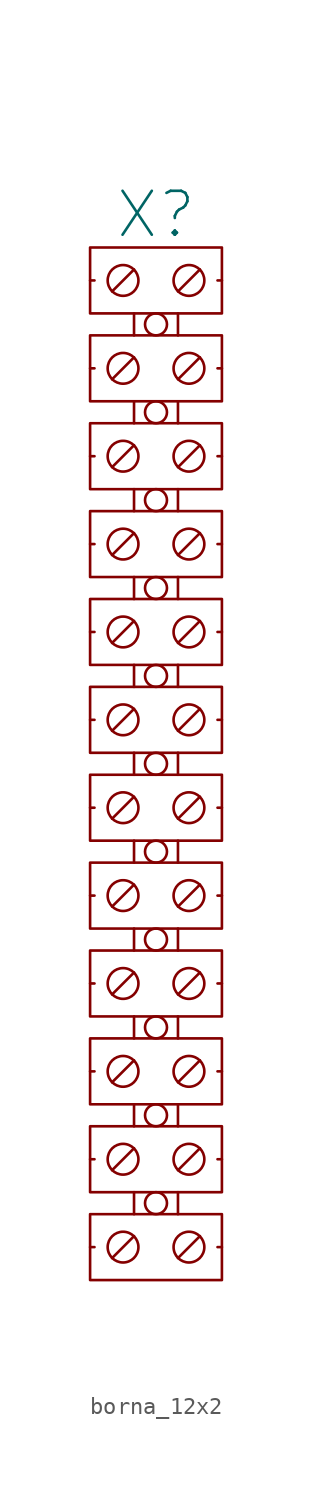
<source format=kicad_sym>
(kicad_symbol_lib
  (version 20231120)
  (generator "kicad_symbol_editor")
  (generator_version "8.0")
  (symbol "borna_12x2"
    (pin_names
      (offset 1.016))
    (property "Reference" "X"
      (at 3.81 3.81 0)
      (effects (font (size 2.54 2.54))))
    (symbol "borna_12x2_0_1"
      (rectangle (start 0 -53.975) (end 7.62 -57.785) (stroke (width 0) (type default)) (fill (type none)))
      (rectangle (start 0 -48.895) (end 7.62 -52.705) (stroke (width 0) (type default)) (fill (type none)))
      (rectangle (start 0 -43.815) (end 7.62 -47.625) (stroke (width 0) (type default)) (fill (type none)))
      (rectangle (start 0 -38.735) (end 7.62 -42.545) (stroke (width 0) (type default)) (fill (type none)))
      (rectangle (start 0 -33.655) (end 7.62 -37.465) (stroke (width 0) (type default)) (fill (type none)))
      (rectangle (start 0 -28.575) (end 7.62 -32.385) (stroke (width 0) (type default)) (fill (type none)))
      (rectangle (start 0 -23.495) (end 7.62 -27.305) (stroke (width 0) (type default)) (fill (type none)))
      (rectangle (start 0 -18.415) (end 7.62 -22.225) (stroke (width 0) (type default)) (fill (type none)))
      (rectangle (start 0 -13.335) (end 7.62 -17.145) (stroke (width 0) (type default)) (fill (type none)))
      (rectangle (start 0 -8.255) (end 7.62 -12.065) (stroke (width 0) (type default)) (fill (type none)))
      (rectangle (start 0 -3.175) (end 7.62 -6.985) (stroke (width 0) (type default)) (fill (type none)))
      (polyline (pts (xy 1.27 -56.515) (xy 2.54 -55.245)) (stroke (width 0) (type default)) (fill (type none)))
      (polyline (pts (xy 1.27 -51.435) (xy 2.54 -50.165)) (stroke (width 0) (type default)) (fill (type none)))
      (polyline (pts (xy 1.27 -46.355) (xy 2.54 -45.085)) (stroke (width 0) (type default)) (fill (type none)))
      (polyline (pts (xy 1.27 -41.275) (xy 2.54 -40.005)) (stroke (width 0) (type default)) (fill (type none)))
      (polyline (pts (xy 1.27 -36.195) (xy 2.54 -34.925)) (stroke (width 0) (type default)) (fill (type none)))
      (polyline (pts (xy 1.27 -31.115) (xy 2.54 -29.845)) (stroke (width 0) (type default)) (fill (type none)))
      (polyline (pts (xy 1.27 -26.035) (xy 2.54 -24.765)) (stroke (width 0) (type default)) (fill (type none)))
      (polyline (pts (xy 1.27 -20.955) (xy 2.54 -19.685)) (stroke (width 0) (type default)) (fill (type none)))
      (polyline (pts (xy 1.27 -15.875) (xy 2.54 -14.605)) (stroke (width 0) (type default)) (fill (type none)))
      (polyline (pts (xy 1.27 -10.795) (xy 2.54 -9.525)) (stroke (width 0) (type default)) (fill (type none)))
      (polyline (pts (xy 1.27 -5.715) (xy 2.54 -4.445)) (stroke (width 0) (type default)) (fill (type none)))
      (polyline (pts (xy 1.27 -0.635) (xy 2.54 0.635)) (stroke (width 0) (type default)) (fill (type none)))
      (polyline (pts (xy 2.54 -53.975) (xy 2.54 -52.705)) (stroke (width 0) (type default)) (fill (type none)))
      (polyline (pts (xy 2.54 -48.895) (xy 2.54 -47.625)) (stroke (width 0) (type default)) (fill (type none)))
      (polyline (pts (xy 2.54 -43.815) (xy 2.54 -42.545)) (stroke (width 0) (type default)) (fill (type none)))
      (polyline (pts (xy 2.54 -38.735) (xy 2.54 -37.465)) (stroke (width 0) (type default)) (fill (type none)))
      (polyline (pts (xy 2.54 -33.655) (xy 2.54 -32.385)) (stroke (width 0) (type default)) (fill (type none)))
      (polyline (pts (xy 2.54 -28.575) (xy 2.54 -27.305)) (stroke (width 0) (type default)) (fill (type none)))
      (polyline (pts (xy 2.54 -23.495) (xy 2.54 -22.225)) (stroke (width 0) (type default)) (fill (type none)))
      (polyline (pts (xy 2.54 -18.415) (xy 2.54 -17.145)) (stroke (width 0) (type default)) (fill (type none)))
      (polyline (pts (xy 2.54 -13.335) (xy 2.54 -12.065)) (stroke (width 0) (type default)) (fill (type none)))
      (polyline (pts (xy 2.54 -8.255) (xy 2.54 -6.985)) (stroke (width 0) (type default)) (fill (type none)))
      (polyline (pts (xy 2.54 -3.175) (xy 2.54 -1.905)) (stroke (width 0) (type default)) (fill (type none)))
      (polyline (pts (xy 5.08 -56.515) (xy 6.35 -55.245)) (stroke (width 0) (type default)) (fill (type none)))
      (polyline (pts (xy 5.08 -53.975) (xy 5.08 -52.705)) (stroke (width 0) (type default)) (fill (type none)))
      (polyline (pts (xy 5.08 -51.435) (xy 6.35 -50.165)) (stroke (width 0) (type default)) (fill (type none)))
      (polyline (pts (xy 5.08 -48.895) (xy 5.08 -47.625)) (stroke (width 0) (type default)) (fill (type none)))
      (polyline (pts (xy 5.08 -46.355) (xy 6.35 -45.085)) (stroke (width 0) (type default)) (fill (type none)))
      (polyline (pts (xy 5.08 -43.815) (xy 5.08 -42.545)) (stroke (width 0) (type default)) (fill (type none)))
      (polyline (pts (xy 5.08 -41.275) (xy 6.35 -40.005)) (stroke (width 0) (type default)) (fill (type none)))
      (polyline (pts (xy 5.08 -38.735) (xy 5.08 -37.465)) (stroke (width 0) (type default)) (fill (type none)))
      (polyline (pts (xy 5.08 -36.195) (xy 6.35 -34.925)) (stroke (width 0) (type default)) (fill (type none)))
      (polyline (pts (xy 5.08 -33.655) (xy 5.08 -32.385)) (stroke (width 0) (type default)) (fill (type none)))
      (polyline (pts (xy 5.08 -31.115) (xy 6.35 -29.845)) (stroke (width 0) (type default)) (fill (type none)))
      (polyline (pts (xy 5.08 -28.575) (xy 5.08 -27.305)) (stroke (width 0) (type default)) (fill (type none)))
      (polyline (pts (xy 5.08 -26.035) (xy 6.35 -24.765)) (stroke (width 0) (type default)) (fill (type none)))
      (polyline (pts (xy 5.08 -23.495) (xy 5.08 -22.225)) (stroke (width 0) (type default)) (fill (type none)))
      (polyline (pts (xy 5.08 -20.955) (xy 6.35 -19.685)) (stroke (width 0) (type default)) (fill (type none)))
      (polyline (pts (xy 5.08 -18.415) (xy 5.08 -17.145)) (stroke (width 0) (type default)) (fill (type none)))
      (polyline (pts (xy 5.08 -15.875) (xy 6.35 -14.605)) (stroke (width 0) (type default)) (fill (type none)))
      (polyline (pts (xy 5.08 -13.335) (xy 5.08 -12.065)) (stroke (width 0) (type default)) (fill (type none)))
      (polyline (pts (xy 5.08 -10.795) (xy 6.35 -9.525)) (stroke (width 0) (type default)) (fill (type none)))
      (polyline (pts (xy 5.08 -8.255) (xy 5.08 -6.985)) (stroke (width 0) (type default)) (fill (type none)))
      (polyline (pts (xy 5.08 -5.715) (xy 6.35 -4.445)) (stroke (width 0) (type default)) (fill (type none)))
      (polyline (pts (xy 5.08 -3.175) (xy 5.08 -1.905)) (stroke (width 0) (type default)) (fill (type none)))
      (polyline (pts (xy 5.08 -0.635) (xy 6.35 0.635)) (stroke (width 0) (type default)) (fill (type none)))
      (rectangle (start 0 1.905) (end 7.62 -1.905) (stroke (width 0) (type default)) (fill (type none)))
      (circle (center 1.905 -55.88) (radius 0.889) (stroke (width 0) (type default)) (fill (type none)))
      (circle (center 1.905 -50.8) (radius 0.889) (stroke (width 0) (type default)) (fill (type none)))
      (circle (center 1.905 -45.72) (radius 0.889) (stroke (width 0) (type default)) (fill (type none)))
      (circle (center 1.905 -40.64) (radius 0.889) (stroke (width 0) (type default)) (fill (type none)))
      (circle (center 1.905 -35.56) (radius 0.889) (stroke (width 0) (type default)) (fill (type none)))
      (circle (center 1.905 -30.48) (radius 0.889) (stroke (width 0) (type default)) (fill (type none)))
      (circle (center 1.905 -25.4) (radius 0.889) (stroke (width 0) (type default)) (fill (type none)))
      (circle (center 1.905 -20.32) (radius 0.889) (stroke (width 0) (type default)) (fill (type none)))
      (circle (center 1.905 -15.24) (radius 0.889) (stroke (width 0) (type default)) (fill (type none)))
      (circle (center 1.905 -10.16) (radius 0.889) (stroke (width 0) (type default)) (fill (type none)))
      (circle (center 1.905 -5.08) (radius 0.889) (stroke (width 0) (type default)) (fill (type none)))
      (circle (center 1.905 0) (radius 0.889) (stroke (width 0) (type default)) (fill (type none)))
      (circle (center 3.81 -53.34) (radius 0.635) (stroke (width 0) (type default)) (fill (type none)))
      (circle (center 3.81 -48.26) (radius 0.635) (stroke (width 0) (type default)) (fill (type none)))
      (circle (center 3.81 -43.18) (radius 0.635) (stroke (width 0) (type default)) (fill (type none)))
      (circle (center 3.81 -38.1) (radius 0.635) (stroke (width 0) (type default)) (fill (type none)))
      (circle (center 3.81 -33.02) (radius 0.635) (stroke (width 0) (type default)) (fill (type none)))
      (circle (center 3.81 -27.94) (radius 0.635) (stroke (width 0) (type default)) (fill (type none)))
      (circle (center 3.81 -22.86) (radius 0.635) (stroke (width 0) (type default)) (fill (type none)))
      (circle (center 3.81 -17.78) (radius 0.635) (stroke (width 0) (type default)) (fill (type none)))
      (circle (center 3.81 -12.7) (radius 0.635) (stroke (width 0) (type default)) (fill (type none)))
      (circle (center 3.81 -7.62) (radius 0.635) (stroke (width 0) (type default)) (fill (type none)))
      (circle (center 3.81 -2.54) (radius 0.635) (stroke (width 0) (type default)) (fill (type none)))
      (circle (center 5.715 -55.88) (radius 0.889) (stroke (width 0) (type default)) (fill (type none)))
      (circle (center 5.715 -50.8) (radius 0.889) (stroke (width 0) (type default)) (fill (type none)))
      (circle (center 5.715 -45.72) (radius 0.889) (stroke (width 0) (type default)) (fill (type none)))
      (circle (center 5.715 -40.64) (radius 0.889) (stroke (width 0) (type default)) (fill (type none)))
      (circle (center 5.715 -35.56) (radius 0.889) (stroke (width 0) (type default)) (fill (type none)))
      (circle (center 5.715 -30.48) (radius 0.889) (stroke (width 0) (type default)) (fill (type none)))
      (circle (center 5.715 -25.4) (radius 0.889) (stroke (width 0) (type default)) (fill (type none)))
      (circle (center 5.715 -20.32) (radius 0.889) (stroke (width 0) (type default)) (fill (type none)))
      (circle (center 5.715 -15.24) (radius 0.889) (stroke (width 0) (type default)) (fill (type none)))
      (circle (center 5.715 -10.16) (radius 0.889) (stroke (width 0) (type default)) (fill (type none)))
      (circle (center 5.715 -5.08) (radius 0.889) (stroke (width 0) (type default)) (fill (type none)))
      (circle (center 5.715 0) (radius 0.889) (stroke (width 0) (type default)) (fill (type none))))
    (symbol "borna_12x2_1_1"
      (pin input line (at 0 -55.88 0) (length 0.254) (name "" (effects (font (size 1.27 1.27)))) (number "" (effects (font (size 1.143 1.143)))))
      (pin input line (at 0 -50.8 0) (length 0.254) (name "" (effects (font (size 1.27 1.27)))) (number "" (effects (font (size 1.143 1.143)))))
      (pin input line (at 0 -45.72 0) (length 0.254) (name "" (effects (font (size 1.27 1.27)))) (number "" (effects (font (size 1.143 1.143)))))
      (pin input line (at 0 -40.64 0) (length 0.254) (name "" (effects (font (size 1.27 1.27)))) (number "" (effects (font (size 1.143 1.143)))))
      (pin input line (at 0 -35.56 0) (length 0.254) (name "" (effects (font (size 1.27 1.27)))) (number "" (effects (font (size 1.143 1.143)))))
      (pin input line (at 0 -30.48 0) (length 0.254) (name "" (effects (font (size 1.27 1.27)))) (number "" (effects (font (size 1.143 1.143)))))
      (pin input line (at 0 -25.4 0) (length 0.254) (name "" (effects (font (size 1.27 1.27)))) (number "" (effects (font (size 1.143 1.143)))))
      (pin input line (at 0 -20.32 0) (length 0.254) (name "" (effects (font (size 1.27 1.27)))) (number "" (effects (font (size 1.143 1.143)))))
      (pin input line (at 0 -15.24 0) (length 0.254) (name "" (effects (font (size 1.27 1.27)))) (number "" (effects (font (size 1.143 1.143)))))
      (pin input line (at 0 -10.16 0) (length 0.254) (name "" (effects (font (size 1.27 1.27)))) (number "" (effects (font (size 1.143 1.143)))))
      (pin input line (at 0 -5.08 0) (length 0.254) (name "" (effects (font (size 1.27 1.27)))) (number "" (effects (font (size 1.143 1.143)))))
      (pin input line (at 0 0 0) (length 0.254) (name "" (effects (font (size 1.27 1.27)))) (number "" (effects (font (size 1.143 1.143)))))
      (pin input line (at 7.62 -55.88 180) (length 0.254) (name "" (effects (font (size 1.27 1.27)))) (number "" (effects (font (size 1.143 1.143)))))
      (pin input line (at 7.62 -50.8 180) (length 0.254) (name "" (effects (font (size 1.27 1.27)))) (number "" (effects (font (size 1.143 1.143)))))
      (pin input line (at 7.62 -45.72 180) (length 0.254) (name "" (effects (font (size 1.27 1.27)))) (number "" (effects (font (size 1.143 1.143)))))
      (pin input line (at 7.62 -40.64 180) (length 0.254) (name "" (effects (font (size 1.27 1.27)))) (number "" (effects (font (size 1.143 1.143)))))
      (pin input line (at 7.62 -35.56 180) (length 0.254) (name "" (effects (font (size 1.27 1.27)))) (number "" (effects (font (size 1.143 1.143)))))
      (pin input line (at 7.62 -30.48 180) (length 0.254) (name "" (effects (font (size 1.27 1.27)))) (number "" (effects (font (size 1.143 1.143)))))
      (pin input line (at 7.62 -25.4 180) (length 0.254) (name "" (effects (font (size 1.27 1.27)))) (number "" (effects (font (size 1.143 1.143)))))
      (pin input line (at 7.62 -20.32 180) (length 0.254) (name "" (effects (font (size 1.27 1.27)))) (number "" (effects (font (size 1.143 1.143)))))
      (pin input line (at 7.62 -15.24 180) (length 0.254) (name "" (effects (font (size 1.27 1.27)))) (number "" (effects (font (size 1.143 1.143)))))
      (pin input line (at 7.62 -10.16 180) (length 0.254) (name "" (effects (font (size 1.27 1.27)))) (number "" (effects (font (size 1.143 1.143)))))
      (pin input line (at 7.62 -5.08 180) (length 0.254) (name "" (effects (font (size 1.27 1.27)))) (number "" (effects (font (size 1.143 1.143)))))
      (pin input line (at 7.62 0 180) (length 0.254) (name "" (effects (font (size 1.27 1.27)))) (number "" (effects (font (size 1.143 1.143))))))))
</source>
